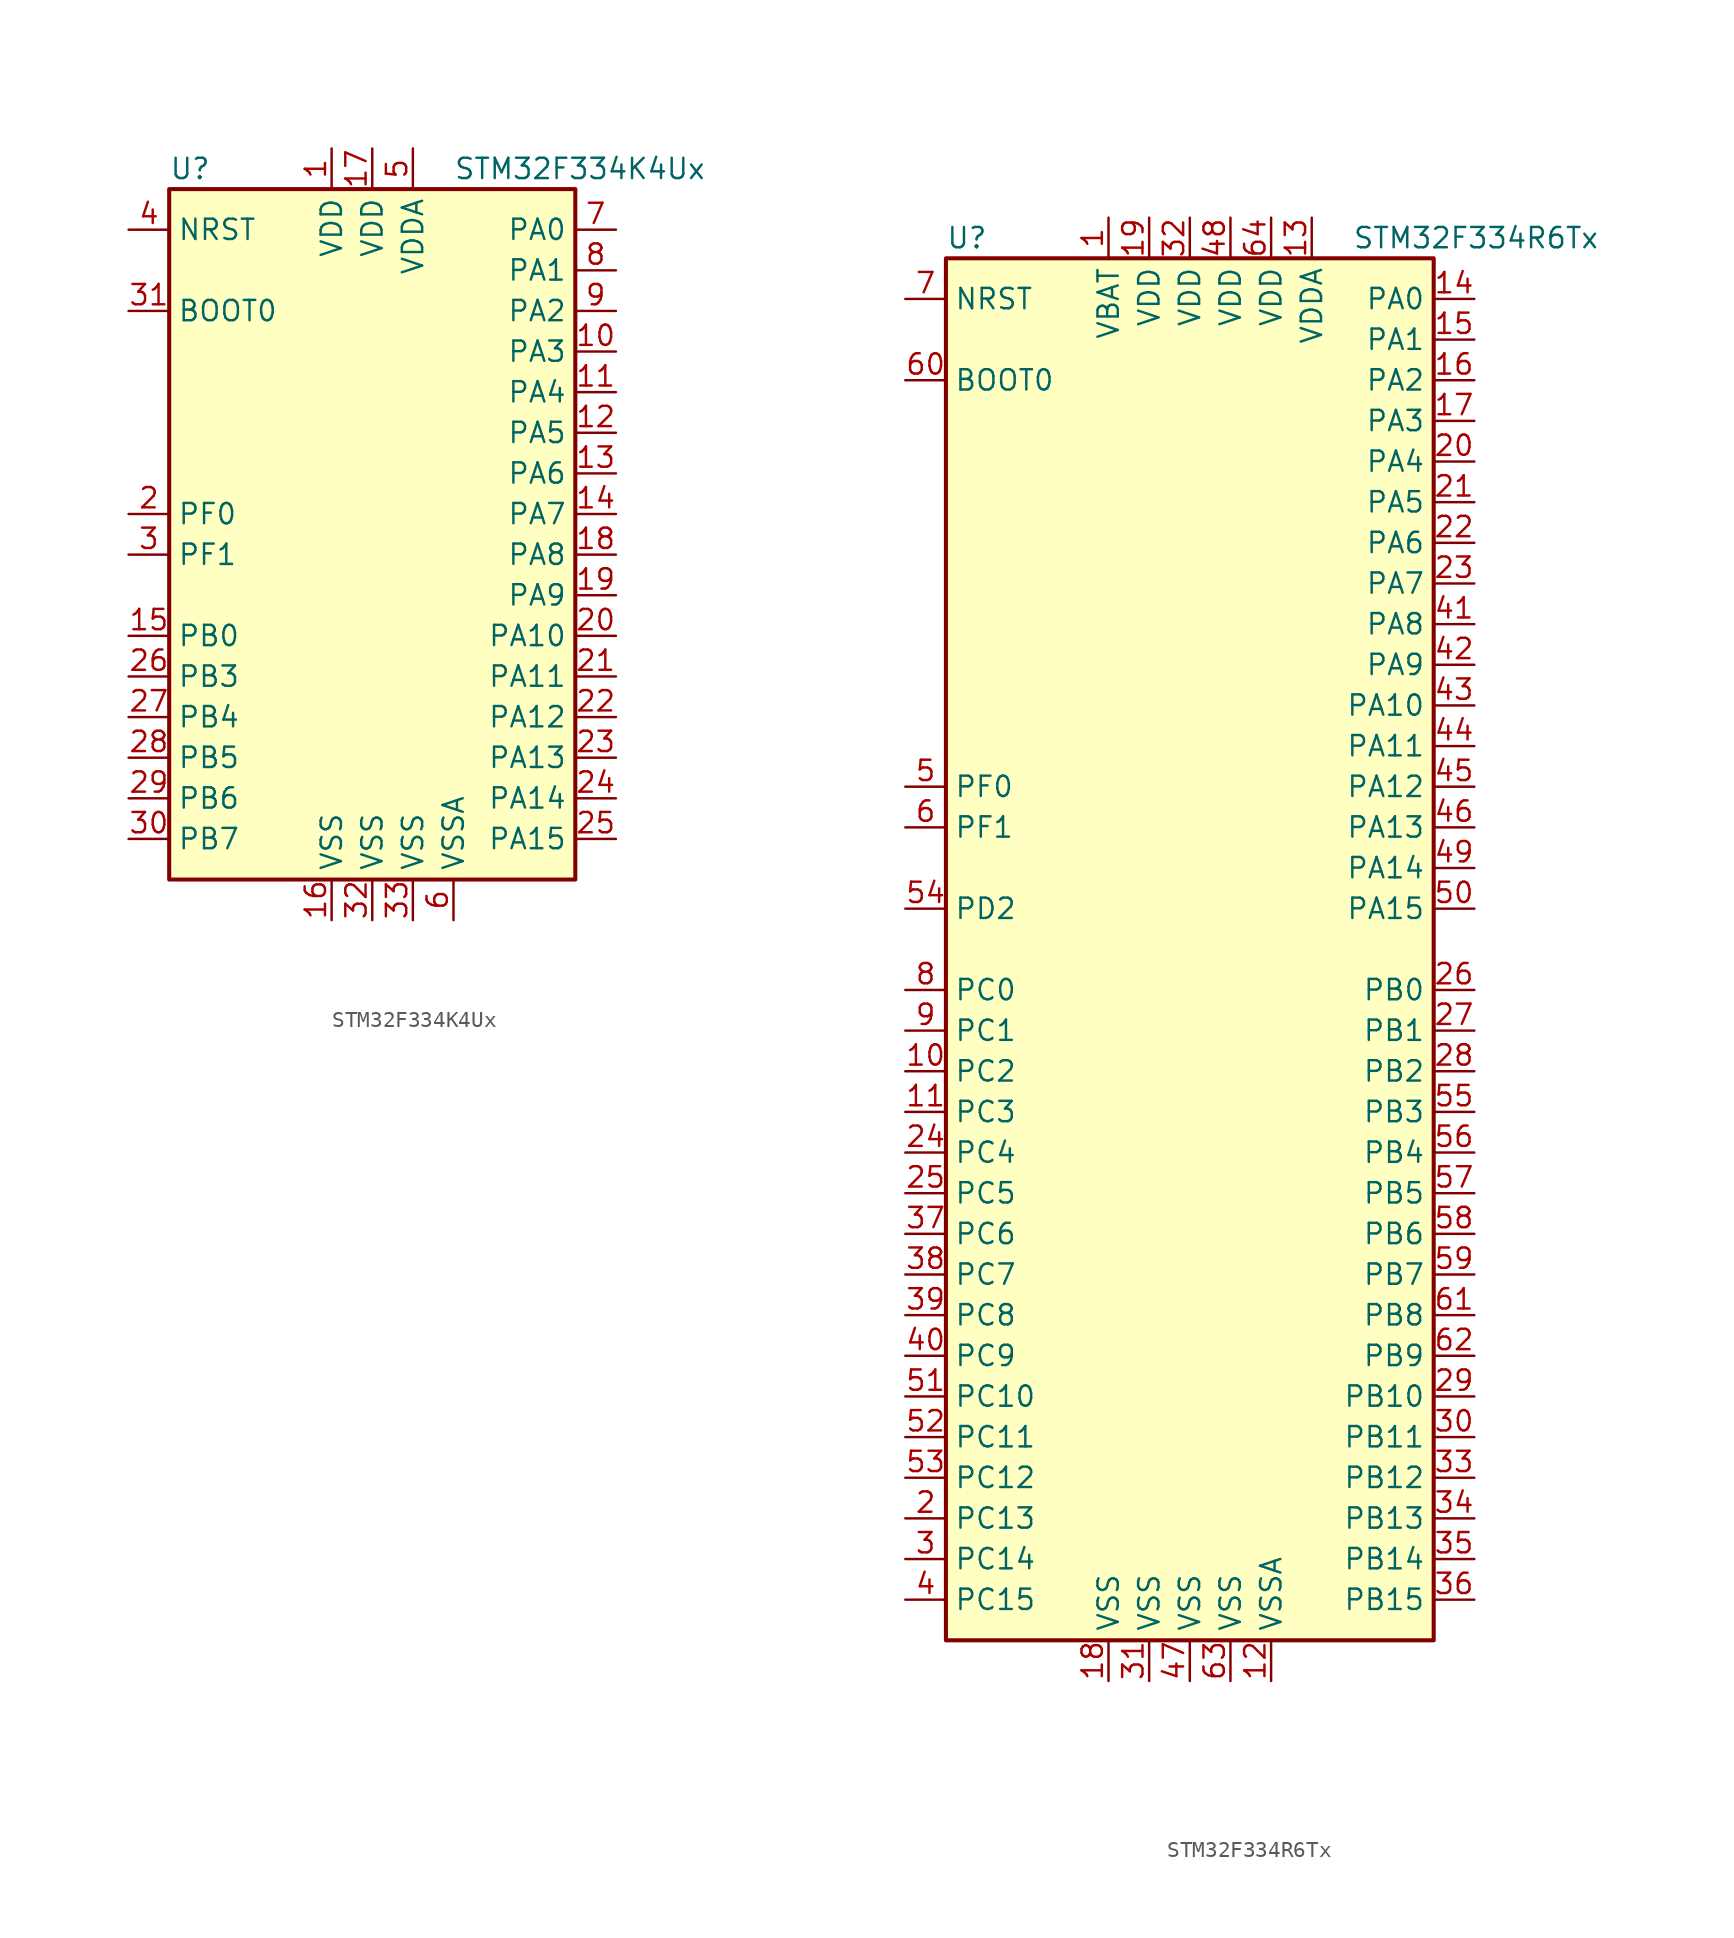
<source format=kicad_sym>
(kicad_symbol_lib
  (version 20201005)
  (generator kicad_symbol_editor)
  (symbol "STM32F334K4Ux"
    (property "Reference" "U"
      (at -12.7 21.59 0)
      (effects (font (size 1.27 1.27)) (justify left)))
    (property "Value" "STM32F334K4Ux"
      (at 5.08 21.59 0)
      (effects (font (size 1.27 1.27)) (justify left)))
    (symbol "STM32F334K4Ux_0_1"
      (rectangle (start -12.7 -22.86) (end 12.7 20.32) (stroke (width 0.254)) (fill (type background))))
    (symbol "STM32F334K4Ux_1_1"
      (pin power_in line (at -2.54 22.86 270) (length 2.54) (name "VDD" (effects (font (size 1.27 1.27)))) (number "1" (effects (font (size 1.27 1.27)))))
      (pin bidirectional line (at 15.24 10.16 180) (length 2.54) (name "PA3" (effects (font (size 1.27 1.27)))) (number "10" (effects (font (size 1.27 1.27)))))
      (pin bidirectional line (at 15.24 7.62 180) (length 2.54) (name "PA4" (effects (font (size 1.27 1.27)))) (number "11" (effects (font (size 1.27 1.27)))))
      (pin bidirectional line (at 15.24 5.08 180) (length 2.54) (name "PA5" (effects (font (size 1.27 1.27)))) (number "12" (effects (font (size 1.27 1.27)))))
      (pin bidirectional line (at 15.24 2.54 180) (length 2.54) (name "PA6" (effects (font (size 1.27 1.27)))) (number "13" (effects (font (size 1.27 1.27)))))
      (pin bidirectional line (at 15.24 0 180) (length 2.54) (name "PA7" (effects (font (size 1.27 1.27)))) (number "14" (effects (font (size 1.27 1.27)))))
      (pin bidirectional line (at -15.24 -7.62 0) (length 2.54) (name "PB0" (effects (font (size 1.27 1.27)))) (number "15" (effects (font (size 1.27 1.27)))))
      (pin power_in line (at -2.54 -25.4 90) (length 2.54) (name "VSS" (effects (font (size 1.27 1.27)))) (number "16" (effects (font (size 1.27 1.27)))))
      (pin power_in line (at 0 22.86 270) (length 2.54) (name "VDD" (effects (font (size 1.27 1.27)))) (number "17" (effects (font (size 1.27 1.27)))))
      (pin bidirectional line (at 15.24 -2.54 180) (length 2.54) (name "PA8" (effects (font (size 1.27 1.27)))) (number "18" (effects (font (size 1.27 1.27)))))
      (pin bidirectional line (at 15.24 -5.08 180) (length 2.54) (name "PA9" (effects (font (size 1.27 1.27)))) (number "19" (effects (font (size 1.27 1.27)))))
      (pin input line (at -15.24 0 0) (length 2.54) (name "PF0" (effects (font (size 1.27 1.27)))) (number "2" (effects (font (size 1.27 1.27)))))
      (pin bidirectional line (at 15.24 -7.62 180) (length 2.54) (name "PA10" (effects (font (size 1.27 1.27)))) (number "20" (effects (font (size 1.27 1.27)))))
      (pin bidirectional line (at 15.24 -10.16 180) (length 2.54) (name "PA11" (effects (font (size 1.27 1.27)))) (number "21" (effects (font (size 1.27 1.27)))))
      (pin bidirectional line (at 15.24 -12.7 180) (length 2.54) (name "PA12" (effects (font (size 1.27 1.27)))) (number "22" (effects (font (size 1.27 1.27)))))
      (pin bidirectional line (at 15.24 -15.24 180) (length 2.54) (name "PA13" (effects (font (size 1.27 1.27)))) (number "23" (effects (font (size 1.27 1.27)))))
      (pin bidirectional line (at 15.24 -17.78 180) (length 2.54) (name "PA14" (effects (font (size 1.27 1.27)))) (number "24" (effects (font (size 1.27 1.27)))))
      (pin bidirectional line (at 15.24 -20.32 180) (length 2.54) (name "PA15" (effects (font (size 1.27 1.27)))) (number "25" (effects (font (size 1.27 1.27)))))
      (pin bidirectional line (at -15.24 -10.16 0) (length 2.54) (name "PB3" (effects (font (size 1.27 1.27)))) (number "26" (effects (font (size 1.27 1.27)))))
      (pin bidirectional line (at -15.24 -12.7 0) (length 2.54) (name "PB4" (effects (font (size 1.27 1.27)))) (number "27" (effects (font (size 1.27 1.27)))))
      (pin bidirectional line (at -15.24 -15.24 0) (length 2.54) (name "PB5" (effects (font (size 1.27 1.27)))) (number "28" (effects (font (size 1.27 1.27)))))
      (pin bidirectional line (at -15.24 -17.78 0) (length 2.54) (name "PB6" (effects (font (size 1.27 1.27)))) (number "29" (effects (font (size 1.27 1.27)))))
      (pin input line (at -15.24 -2.54 0) (length 2.54) (name "PF1" (effects (font (size 1.27 1.27)))) (number "3" (effects (font (size 1.27 1.27)))))
      (pin bidirectional line (at -15.24 -20.32 0) (length 2.54) (name "PB7" (effects (font (size 1.27 1.27)))) (number "30" (effects (font (size 1.27 1.27)))))
      (pin input line (at -15.24 12.7 0) (length 2.54) (name "BOOT0" (effects (font (size 1.27 1.27)))) (number "31" (effects (font (size 1.27 1.27)))))
      (pin power_in line (at 0 -25.4 90) (length 2.54) (name "VSS" (effects (font (size 1.27 1.27)))) (number "32" (effects (font (size 1.27 1.27)))))
      (pin power_in line (at 2.54 -25.4 90) (length 2.54) (name "VSS" (effects (font (size 1.27 1.27)))) (number "33" (effects (font (size 1.27 1.27)))))
      (pin input line (at -15.24 17.78 0) (length 2.54) (name "NRST" (effects (font (size 1.27 1.27)))) (number "4" (effects (font (size 1.27 1.27)))))
      (pin power_in line (at 2.54 22.86 270) (length 2.54) (name "VDDA" (effects (font (size 1.27 1.27)))) (number "5" (effects (font (size 1.27 1.27)))))
      (pin power_in line (at 5.08 -25.4 90) (length 2.54) (name "VSSA" (effects (font (size 1.27 1.27)))) (number "6" (effects (font (size 1.27 1.27)))))
      (pin bidirectional line (at 15.24 17.78 180) (length 2.54) (name "PA0" (effects (font (size 1.27 1.27)))) (number "7" (effects (font (size 1.27 1.27)))))
      (pin bidirectional line (at 15.24 15.24 180) (length 2.54) (name "PA1" (effects (font (size 1.27 1.27)))) (number "8" (effects (font (size 1.27 1.27)))))
      (pin bidirectional line (at 15.24 12.7 180) (length 2.54) (name "PA2" (effects (font (size 1.27 1.27)))) (number "9" (effects (font (size 1.27 1.27)))))))
  (symbol "STM32F334R6Tx"
    (property "Reference" "U"
      (at -15.24 44.45 0)
      (effects (font (size 1.27 1.27)) (justify left)))
    (property "Value" "STM32F334R6Tx"
      (at 10.16 44.45 0)
      (effects (font (size 1.27 1.27)) (justify left)))
    (symbol "STM32F334R6Tx_0_1"
      (rectangle (start -15.24 -43.18) (end 15.24 43.18) (stroke (width 0.254)) (fill (type background))))
    (symbol "STM32F334R6Tx_1_1"
      (pin power_in line (at -5.08 45.72 270) (length 2.54) (name "VBAT" (effects (font (size 1.27 1.27)))) (number "1" (effects (font (size 1.27 1.27)))))
      (pin bidirectional line (at -17.78 -7.62 0) (length 2.54) (name "PC2" (effects (font (size 1.27 1.27)))) (number "10" (effects (font (size 1.27 1.27)))))
      (pin bidirectional line (at -17.78 -10.16 0) (length 2.54) (name "PC3" (effects (font (size 1.27 1.27)))) (number "11" (effects (font (size 1.27 1.27)))))
      (pin power_in line (at 5.08 -45.72 90) (length 2.54) (name "VSSA" (effects (font (size 1.27 1.27)))) (number "12" (effects (font (size 1.27 1.27)))))
      (pin power_in line (at 7.62 45.72 270) (length 2.54) (name "VDDA" (effects (font (size 1.27 1.27)))) (number "13" (effects (font (size 1.27 1.27)))))
      (pin bidirectional line (at 17.78 40.64 180) (length 2.54) (name "PA0" (effects (font (size 1.27 1.27)))) (number "14" (effects (font (size 1.27 1.27)))))
      (pin bidirectional line (at 17.78 38.1 180) (length 2.54) (name "PA1" (effects (font (size 1.27 1.27)))) (number "15" (effects (font (size 1.27 1.27)))))
      (pin bidirectional line (at 17.78 35.56 180) (length 2.54) (name "PA2" (effects (font (size 1.27 1.27)))) (number "16" (effects (font (size 1.27 1.27)))))
      (pin bidirectional line (at 17.78 33.02 180) (length 2.54) (name "PA3" (effects (font (size 1.27 1.27)))) (number "17" (effects (font (size 1.27 1.27)))))
      (pin power_in line (at -5.08 -45.72 90) (length 2.54) (name "VSS" (effects (font (size 1.27 1.27)))) (number "18" (effects (font (size 1.27 1.27)))))
      (pin power_in line (at -2.54 45.72 270) (length 2.54) (name "VDD" (effects (font (size 1.27 1.27)))) (number "19" (effects (font (size 1.27 1.27)))))
      (pin bidirectional line (at -17.78 -35.56 0) (length 2.54) (name "PC13" (effects (font (size 1.27 1.27)))) (number "2" (effects (font (size 1.27 1.27)))))
      (pin bidirectional line (at 17.78 30.48 180) (length 2.54) (name "PA4" (effects (font (size 1.27 1.27)))) (number "20" (effects (font (size 1.27 1.27)))))
      (pin bidirectional line (at 17.78 27.94 180) (length 2.54) (name "PA5" (effects (font (size 1.27 1.27)))) (number "21" (effects (font (size 1.27 1.27)))))
      (pin bidirectional line (at 17.78 25.4 180) (length 2.54) (name "PA6" (effects (font (size 1.27 1.27)))) (number "22" (effects (font (size 1.27 1.27)))))
      (pin bidirectional line (at 17.78 22.86 180) (length 2.54) (name "PA7" (effects (font (size 1.27 1.27)))) (number "23" (effects (font (size 1.27 1.27)))))
      (pin bidirectional line (at -17.78 -12.7 0) (length 2.54) (name "PC4" (effects (font (size 1.27 1.27)))) (number "24" (effects (font (size 1.27 1.27)))))
      (pin bidirectional line (at -17.78 -15.24 0) (length 2.54) (name "PC5" (effects (font (size 1.27 1.27)))) (number "25" (effects (font (size 1.27 1.27)))))
      (pin bidirectional line (at 17.78 -2.54 180) (length 2.54) (name "PB0" (effects (font (size 1.27 1.27)))) (number "26" (effects (font (size 1.27 1.27)))))
      (pin bidirectional line (at 17.78 -5.08 180) (length 2.54) (name "PB1" (effects (font (size 1.27 1.27)))) (number "27" (effects (font (size 1.27 1.27)))))
      (pin bidirectional line (at 17.78 -7.62 180) (length 2.54) (name "PB2" (effects (font (size 1.27 1.27)))) (number "28" (effects (font (size 1.27 1.27)))))
      (pin bidirectional line (at 17.78 -27.94 180) (length 2.54) (name "PB10" (effects (font (size 1.27 1.27)))) (number "29" (effects (font (size 1.27 1.27)))))
      (pin bidirectional line (at -17.78 -38.1 0) (length 2.54) (name "PC14" (effects (font (size 1.27 1.27)))) (number "3" (effects (font (size 1.27 1.27)))))
      (pin bidirectional line (at 17.78 -30.48 180) (length 2.54) (name "PB11" (effects (font (size 1.27 1.27)))) (number "30" (effects (font (size 1.27 1.27)))))
      (pin power_in line (at -2.54 -45.72 90) (length 2.54) (name "VSS" (effects (font (size 1.27 1.27)))) (number "31" (effects (font (size 1.27 1.27)))))
      (pin power_in line (at 0 45.72 270) (length 2.54) (name "VDD" (effects (font (size 1.27 1.27)))) (number "32" (effects (font (size 1.27 1.27)))))
      (pin bidirectional line (at 17.78 -33.02 180) (length 2.54) (name "PB12" (effects (font (size 1.27 1.27)))) (number "33" (effects (font (size 1.27 1.27)))))
      (pin bidirectional line (at 17.78 -35.56 180) (length 2.54) (name "PB13" (effects (font (size 1.27 1.27)))) (number "34" (effects (font (size 1.27 1.27)))))
      (pin bidirectional line (at 17.78 -38.1 180) (length 2.54) (name "PB14" (effects (font (size 1.27 1.27)))) (number "35" (effects (font (size 1.27 1.27)))))
      (pin bidirectional line (at 17.78 -40.64 180) (length 2.54) (name "PB15" (effects (font (size 1.27 1.27)))) (number "36" (effects (font (size 1.27 1.27)))))
      (pin bidirectional line (at -17.78 -17.78 0) (length 2.54) (name "PC6" (effects (font (size 1.27 1.27)))) (number "37" (effects (font (size 1.27 1.27)))))
      (pin bidirectional line (at -17.78 -20.32 0) (length 2.54) (name "PC7" (effects (font (size 1.27 1.27)))) (number "38" (effects (font (size 1.27 1.27)))))
      (pin bidirectional line (at -17.78 -22.86 0) (length 2.54) (name "PC8" (effects (font (size 1.27 1.27)))) (number "39" (effects (font (size 1.27 1.27)))))
      (pin bidirectional line (at -17.78 -40.64 0) (length 2.54) (name "PC15" (effects (font (size 1.27 1.27)))) (number "4" (effects (font (size 1.27 1.27)))))
      (pin bidirectional line (at -17.78 -25.4 0) (length 2.54) (name "PC9" (effects (font (size 1.27 1.27)))) (number "40" (effects (font (size 1.27 1.27)))))
      (pin bidirectional line (at 17.78 20.32 180) (length 2.54) (name "PA8" (effects (font (size 1.27 1.27)))) (number "41" (effects (font (size 1.27 1.27)))))
      (pin bidirectional line (at 17.78 17.78 180) (length 2.54) (name "PA9" (effects (font (size 1.27 1.27)))) (number "42" (effects (font (size 1.27 1.27)))))
      (pin bidirectional line (at 17.78 15.24 180) (length 2.54) (name "PA10" (effects (font (size 1.27 1.27)))) (number "43" (effects (font (size 1.27 1.27)))))
      (pin bidirectional line (at 17.78 12.7 180) (length 2.54) (name "PA11" (effects (font (size 1.27 1.27)))) (number "44" (effects (font (size 1.27 1.27)))))
      (pin bidirectional line (at 17.78 10.16 180) (length 2.54) (name "PA12" (effects (font (size 1.27 1.27)))) (number "45" (effects (font (size 1.27 1.27)))))
      (pin bidirectional line (at 17.78 7.62 180) (length 2.54) (name "PA13" (effects (font (size 1.27 1.27)))) (number "46" (effects (font (size 1.27 1.27)))))
      (pin power_in line (at 0 -45.72 90) (length 2.54) (name "VSS" (effects (font (size 1.27 1.27)))) (number "47" (effects (font (size 1.27 1.27)))))
      (pin power_in line (at 2.54 45.72 270) (length 2.54) (name "VDD" (effects (font (size 1.27 1.27)))) (number "48" (effects (font (size 1.27 1.27)))))
      (pin bidirectional line (at 17.78 5.08 180) (length 2.54) (name "PA14" (effects (font (size 1.27 1.27)))) (number "49" (effects (font (size 1.27 1.27)))))
      (pin input line (at -17.78 10.16 0) (length 2.54) (name "PF0" (effects (font (size 1.27 1.27)))) (number "5" (effects (font (size 1.27 1.27)))))
      (pin bidirectional line (at 17.78 2.54 180) (length 2.54) (name "PA15" (effects (font (size 1.27 1.27)))) (number "50" (effects (font (size 1.27 1.27)))))
      (pin bidirectional line (at -17.78 -27.94 0) (length 2.54) (name "PC10" (effects (font (size 1.27 1.27)))) (number "51" (effects (font (size 1.27 1.27)))))
      (pin bidirectional line (at -17.78 -30.48 0) (length 2.54) (name "PC11" (effects (font (size 1.27 1.27)))) (number "52" (effects (font (size 1.27 1.27)))))
      (pin bidirectional line (at -17.78 -33.02 0) (length 2.54) (name "PC12" (effects (font (size 1.27 1.27)))) (number "53" (effects (font (size 1.27 1.27)))))
      (pin bidirectional line (at -17.78 2.54 0) (length 2.54) (name "PD2" (effects (font (size 1.27 1.27)))) (number "54" (effects (font (size 1.27 1.27)))))
      (pin bidirectional line (at 17.78 -10.16 180) (length 2.54) (name "PB3" (effects (font (size 1.27 1.27)))) (number "55" (effects (font (size 1.27 1.27)))))
      (pin bidirectional line (at 17.78 -12.7 180) (length 2.54) (name "PB4" (effects (font (size 1.27 1.27)))) (number "56" (effects (font (size 1.27 1.27)))))
      (pin bidirectional line (at 17.78 -15.24 180) (length 2.54) (name "PB5" (effects (font (size 1.27 1.27)))) (number "57" (effects (font (size 1.27 1.27)))))
      (pin bidirectional line (at 17.78 -17.78 180) (length 2.54) (name "PB6" (effects (font (size 1.27 1.27)))) (number "58" (effects (font (size 1.27 1.27)))))
      (pin bidirectional line (at 17.78 -20.32 180) (length 2.54) (name "PB7" (effects (font (size 1.27 1.27)))) (number "59" (effects (font (size 1.27 1.27)))))
      (pin input line (at -17.78 7.62 0) (length 2.54) (name "PF1" (effects (font (size 1.27 1.27)))) (number "6" (effects (font (size 1.27 1.27)))))
      (pin input line (at -17.78 35.56 0) (length 2.54) (name "BOOT0" (effects (font (size 1.27 1.27)))) (number "60" (effects (font (size 1.27 1.27)))))
      (pin bidirectional line (at 17.78 -22.86 180) (length 2.54) (name "PB8" (effects (font (size 1.27 1.27)))) (number "61" (effects (font (size 1.27 1.27)))))
      (pin bidirectional line (at 17.78 -25.4 180) (length 2.54) (name "PB9" (effects (font (size 1.27 1.27)))) (number "62" (effects (font (size 1.27 1.27)))))
      (pin power_in line (at 2.54 -45.72 90) (length 2.54) (name "VSS" (effects (font (size 1.27 1.27)))) (number "63" (effects (font (size 1.27 1.27)))))
      (pin power_in line (at 5.08 45.72 270) (length 2.54) (name "VDD" (effects (font (size 1.27 1.27)))) (number "64" (effects (font (size 1.27 1.27)))))
      (pin input line (at -17.78 40.64 0) (length 2.54) (name "NRST" (effects (font (size 1.27 1.27)))) (number "7" (effects (font (size 1.27 1.27)))))
      (pin bidirectional line (at -17.78 -2.54 0) (length 2.54) (name "PC0" (effects (font (size 1.27 1.27)))) (number "8" (effects (font (size 1.27 1.27)))))
      (pin bidirectional line (at -17.78 -5.08 0) (length 2.54) (name "PC1" (effects (font (size 1.27 1.27)))) (number "9" (effects (font (size 1.27 1.27))))))))
</source>
